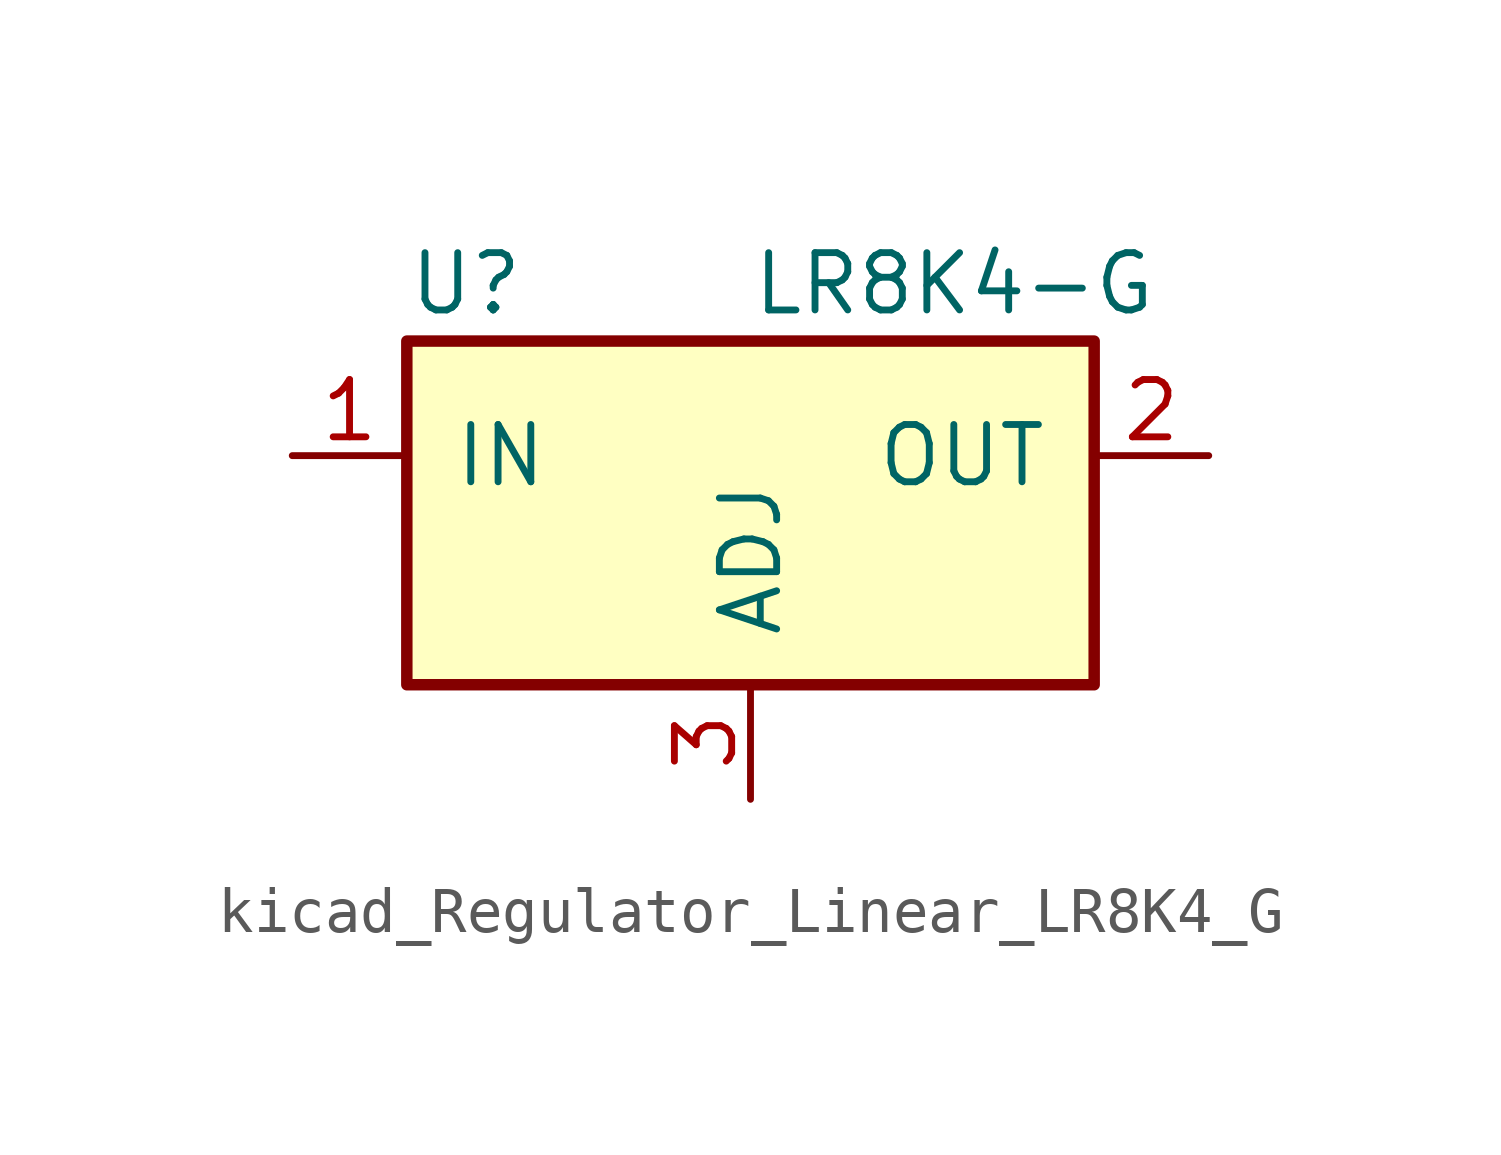
<source format=kicad_sym>
(kicad_symbol_lib
  (version 20220914)
  (generator kicad_symbol_editor)
  (symbol "kicad_Regulator_Linear_LR8K4_G"
    (pin_names
      (offset 1.016))
    (property "Reference" "U"
      (at -7.62 3.81 0)
      (effects (font (size 1.27 1.27)) (justify left)))
    (property "Value" "LR8K4-G"
      (at 0 3.81 0)
      (effects (font (size 1.27 1.27)) (justify left)))
    (symbol "kicad_Regulator_Linear_LR8K4_G_0_1"
      (rectangle (start -7.62 2.54) (end 7.62 -5.08) (stroke (width 0.254) (type default)) (fill (type background))))
    (symbol "kicad_Regulator_Linear_LR8K4_G_1_1"
      (pin input line (at -10.16 0 0) (length 2.54) (name "IN" (effects (font (size 1.27 1.27)))) (number "1" (effects (font (size 1.27 1.27)))))
      (pin power_out line (at 10.16 0 180) (length 2.54) (name "OUT" (effects (font (size 1.27 1.27)))) (number "2" (effects (font (size 1.27 1.27)))))
      (pin input line (at 0 -7.62 90) (length 2.54) (name "ADJ" (effects (font (size 1.27 1.27)))) (number "3" (effects (font (size 1.27 1.27))))))))
</source>
